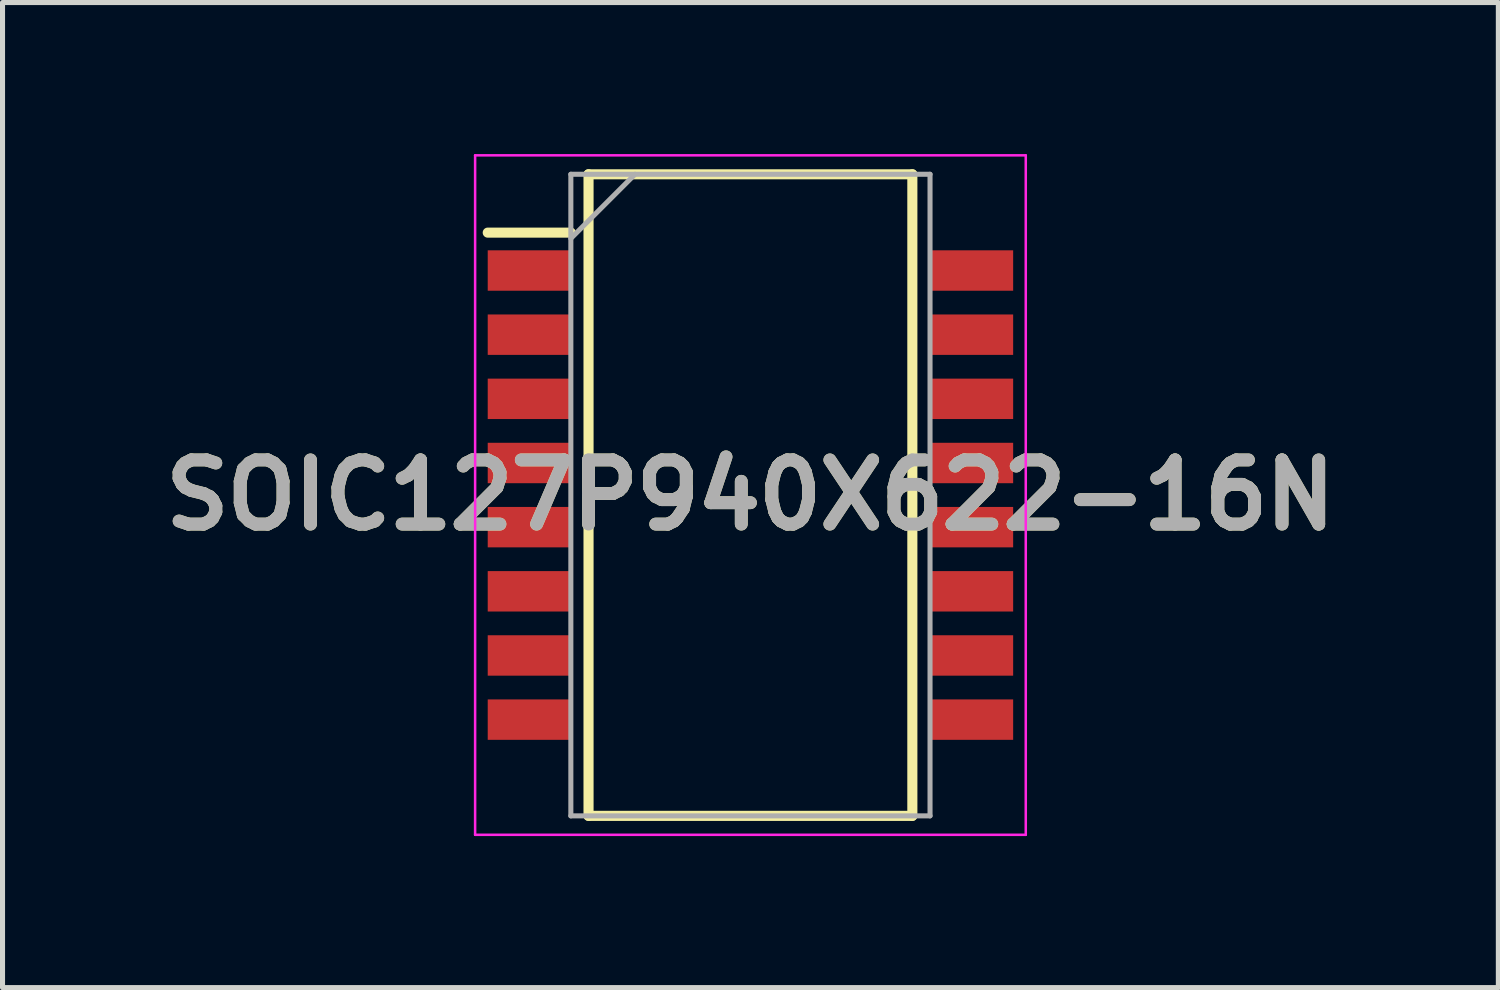
<source format=kicad_pcb>
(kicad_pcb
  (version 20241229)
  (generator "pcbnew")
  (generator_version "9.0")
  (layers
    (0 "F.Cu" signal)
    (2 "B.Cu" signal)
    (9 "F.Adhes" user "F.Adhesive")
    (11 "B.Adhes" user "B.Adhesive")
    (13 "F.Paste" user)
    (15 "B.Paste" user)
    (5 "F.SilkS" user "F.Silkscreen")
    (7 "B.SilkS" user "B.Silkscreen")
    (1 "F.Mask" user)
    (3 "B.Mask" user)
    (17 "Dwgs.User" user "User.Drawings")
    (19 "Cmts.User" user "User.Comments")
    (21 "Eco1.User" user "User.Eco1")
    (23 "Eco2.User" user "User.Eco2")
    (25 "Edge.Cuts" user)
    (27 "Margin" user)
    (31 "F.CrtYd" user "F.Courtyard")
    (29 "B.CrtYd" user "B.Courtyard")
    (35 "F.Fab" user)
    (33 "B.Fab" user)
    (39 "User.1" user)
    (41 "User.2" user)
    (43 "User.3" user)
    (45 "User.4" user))
  (footprint "SOIC127P940X622-16N"
    (layer "F.Cu")
    (at 11.805 6.75)
    (property "Reference" "SOIC127P940X622-16N" (at 0 0 0) (layer "F.SilkS") (effects (font (size 1.27 1.27) (thickness 0.254))))
    (attr smd)
    (fp_line (start -5.2 -5.195) (end -3.555 -5.195) (stroke (width 0.2) (type solid)) (layer "F.SilkS"))
    (fp_line (start -3.205 -6.35) (end 3.205 -6.35) (stroke (width 0.2) (type solid)) (layer "F.SilkS"))
    (fp_line (start -3.205 6.35) (end -3.205 -6.35) (stroke (width 0.2) (type solid)) (layer "F.SilkS"))
    (fp_line (start 3.205 -6.35) (end 3.205 6.35) (stroke (width 0.2) (type solid)) (layer "F.SilkS"))
    (fp_line (start 3.205 6.35) (end -3.205 6.35) (stroke (width 0.2) (type solid)) (layer "F.SilkS"))
    (fp_line (start -5.45 -6.725) (end 5.45 -6.725) (stroke (width 0.05) (type solid)) (layer "F.CrtYd"))
    (fp_line (start -5.45 6.725) (end -5.45 -6.725) (stroke (width 0.05) (type solid)) (layer "F.CrtYd"))
    (fp_line (start 5.45 -6.725) (end 5.45 6.725) (stroke (width 0.05) (type solid)) (layer "F.CrtYd"))
    (fp_line (start 5.45 6.725) (end -5.45 6.725) (stroke (width 0.05) (type solid)) (layer "F.CrtYd"))
    (fp_line (start -3.555 -6.35) (end 3.555 -6.35) (stroke (width 0.1) (type solid)) (layer "F.Fab"))
    (fp_line (start -3.555 -5.08) (end -2.285 -6.35) (stroke (width 0.1) (type solid)) (layer "F.Fab"))
    (fp_line (start -3.555 6.35) (end -3.555 -6.35) (stroke (width 0.1) (type solid)) (layer "F.Fab"))
    (fp_line (start 3.555 -6.35) (end 3.555 6.35) (stroke (width 0.1) (type solid)) (layer "F.Fab"))
    (fp_line (start 3.555 6.35) (end -3.555 6.35) (stroke (width 0.1) (type solid)) (layer "F.Fab"))
    (fp_text user "${REFERENCE}" (at 0 0 0) (layer "F.Fab") (effects (font (size 1.27 1.27) (thickness 0.254))))
    (pad "1" smd rect (at -4.378 -4.445 90) (size 0.8 1.645) (layers "F.Cu" "F.Mask" "F.Paste"))
    (pad "2" smd rect (at -4.378 -3.175 90) (size 0.8 1.645) (layers "F.Cu" "F.Mask" "F.Paste"))
    (pad "3" smd rect (at -4.378 -1.905 90) (size 0.8 1.645) (layers "F.Cu" "F.Mask" "F.Paste"))
    (pad "4" smd rect (at -4.378 -0.635 90) (size 0.8 1.645) (layers "F.Cu" "F.Mask" "F.Paste"))
    (pad "5" smd rect (at -4.378 0.635 90) (size 0.8 1.645) (layers "F.Cu" "F.Mask" "F.Paste"))
    (pad "6" smd rect (at -4.378 1.905 90) (size 0.8 1.645) (layers "F.Cu" "F.Mask" "F.Paste"))
    (pad "7" smd rect (at -4.378 3.175 90) (size 0.8 1.645) (layers "F.Cu" "F.Mask" "F.Paste"))
    (pad "8" smd rect (at -4.378 4.445 90) (size 0.8 1.645) (layers "F.Cu" "F.Mask" "F.Paste"))
    (pad "9" smd rect (at 4.378 4.445 90) (size 0.8 1.645) (layers "F.Cu" "F.Mask" "F.Paste"))
    (pad "10" smd rect (at 4.378 3.175 90) (size 0.8 1.645) (layers "F.Cu" "F.Mask" "F.Paste"))
    (pad "11" smd rect (at 4.378 1.905 90) (size 0.8 1.645) (layers "F.Cu" "F.Mask" "F.Paste"))
    (pad "12" smd rect (at 4.378 0.635 90) (size 0.8 1.645) (layers "F.Cu" "F.Mask" "F.Paste"))
    (pad "13" smd rect (at 4.378 -0.635 90) (size 0.8 1.645) (layers "F.Cu" "F.Mask" "F.Paste"))
    (pad "14" smd rect (at 4.378 -1.905 90) (size 0.8 1.645) (layers "F.Cu" "F.Mask" "F.Paste"))
    (pad "15" smd rect (at 4.378 -3.175 90) (size 0.8 1.645) (layers "F.Cu" "F.Mask" "F.Paste"))
    (pad "16" smd rect (at 4.378 -4.445 90) (size 0.8 1.645) (layers "F.Cu" "F.Mask" "F.Paste")))
  (gr_rect
    (start -3 -3)
    (end 26.61 16.5)
    (stroke (width 0.1) (type default))
    (fill no)
    (layer "Edge.Cuts")))
</source>
